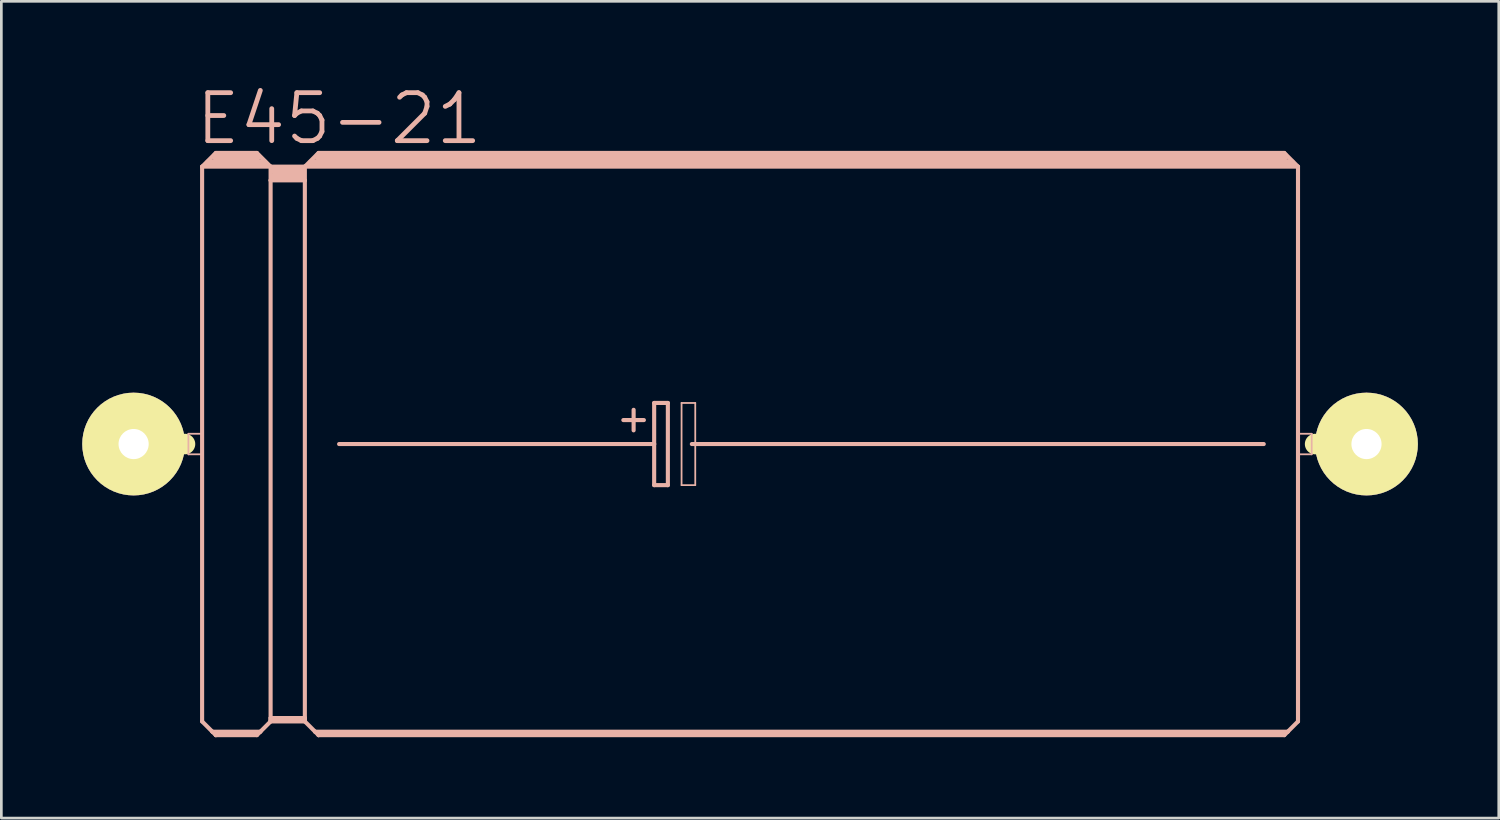
<source format=kicad_pcb>
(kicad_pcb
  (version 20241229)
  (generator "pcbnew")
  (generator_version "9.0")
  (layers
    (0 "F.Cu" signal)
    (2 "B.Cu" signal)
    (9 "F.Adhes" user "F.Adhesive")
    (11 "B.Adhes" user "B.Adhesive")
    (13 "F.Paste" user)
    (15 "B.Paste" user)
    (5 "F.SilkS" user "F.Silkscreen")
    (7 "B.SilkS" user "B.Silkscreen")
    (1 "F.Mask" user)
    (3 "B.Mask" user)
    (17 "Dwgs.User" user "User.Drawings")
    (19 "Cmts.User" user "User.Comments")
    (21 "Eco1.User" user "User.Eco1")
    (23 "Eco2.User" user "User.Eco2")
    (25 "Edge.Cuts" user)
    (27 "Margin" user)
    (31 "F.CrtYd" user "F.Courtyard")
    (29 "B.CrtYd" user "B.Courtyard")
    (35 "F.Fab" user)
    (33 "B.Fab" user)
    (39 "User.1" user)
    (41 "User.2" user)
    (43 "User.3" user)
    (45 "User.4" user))
  (footprint "E45-21"
    (layer "F.Cu")
    (at 24.765 13.417)
    (property "Reference" "E45-21" (at -15.24 -12.065 0) (layer "B.SilkS") (effects (font (size 1.778 1.778) (thickness 0.178))))
    (attr exclude_from_pos_files exclude_from_bom)
    (fp_line (start -22.86 0) (end -20.955 0) (stroke (width 0.762) (type solid)) (layer "F.SilkS"))
    (fp_line (start 22.86 0) (end 20.955 0) (stroke (width 0.762) (type solid)) (layer "F.SilkS"))
    (fp_line (start -20.828 -0.381) (end -20.32 -0.381) (stroke (width 0.066) (type solid)) (layer "B.SilkS"))
    (fp_line (start -20.828 0.381) (end -20.828 -0.381) (stroke (width 0.066) (type solid)) (layer "B.SilkS"))
    (fp_line (start -20.828 0.381) (end -20.32 0.381) (stroke (width 0.066) (type solid)) (layer "B.SilkS"))
    (fp_line (start -20.32 -10.287) (end -20.32 10.287) (stroke (width 0.152) (type solid)) (layer "B.SilkS"))
    (fp_line (start -20.32 -10.287) (end -19.812 -10.795) (stroke (width 0.152) (type solid)) (layer "B.SilkS"))
    (fp_line (start -20.32 -10.287) (end -17.78 -10.287) (stroke (width 0.152) (type solid)) (layer "B.SilkS"))
    (fp_line (start -20.32 0.381) (end -20.32 -0.381) (stroke (width 0.066) (type solid)) (layer "B.SilkS"))
    (fp_line (start -20.32 10.287) (end -19.939 10.668) (stroke (width 0.152) (type solid)) (layer "B.SilkS"))
    (fp_line (start -20.066 -10.414) (end -18.034 -10.414) (stroke (width 0.305) (type solid)) (layer "B.SilkS"))
    (fp_line (start -19.939 10.668) (end -19.812 10.795) (stroke (width 0.152) (type solid)) (layer "B.SilkS"))
    (fp_line (start -19.939 10.668) (end -18.161 10.668) (stroke (width 0.152) (type solid)) (layer "B.SilkS"))
    (fp_line (start -19.812 -10.795) (end -18.288 -10.795) (stroke (width 0.152) (type solid)) (layer "B.SilkS"))
    (fp_line (start -19.812 -10.668) (end -18.288 -10.668) (stroke (width 0.305) (type solid)) (layer "B.SilkS"))
    (fp_line (start -19.812 10.744) (end -18.288 10.744) (stroke (width 0.152) (type solid)) (layer "B.SilkS"))
    (fp_line (start -19.812 10.795) (end -19.812 10.744) (stroke (width 0.152) (type solid)) (layer "B.SilkS"))
    (fp_line (start -19.812 10.795) (end -18.288 10.795) (stroke (width 0.152) (type solid)) (layer "B.SilkS"))
    (fp_line (start -18.288 -10.795) (end -17.78 -10.287) (stroke (width 0.152) (type solid)) (layer "B.SilkS"))
    (fp_line (start -18.288 10.795) (end -18.161 10.668) (stroke (width 0.152) (type solid)) (layer "B.SilkS"))
    (fp_line (start -18.161 10.668) (end -17.78 10.287) (stroke (width 0.152) (type solid)) (layer "B.SilkS"))
    (fp_line (start -17.78 -10.287) (end -16.51 -10.287) (stroke (width 0.152) (type solid)) (layer "B.SilkS"))
    (fp_line (start -17.78 -9.779) (end -17.78 -10.287) (stroke (width 0.152) (type solid)) (layer "B.SilkS"))
    (fp_line (start -17.78 -9.779) (end -16.51 -9.779) (stroke (width 0.152) (type solid)) (layer "B.SilkS"))
    (fp_line (start -17.78 10.16) (end -17.78 -9.779) (stroke (width 0.152) (type solid)) (layer "B.SilkS"))
    (fp_line (start -17.78 10.16) (end -16.51 10.16) (stroke (width 0.152) (type solid)) (layer "B.SilkS"))
    (fp_line (start -17.78 10.236) (end -17.78 10.16) (stroke (width 0.152) (type solid)) (layer "B.SilkS"))
    (fp_line (start -17.78 10.236) (end -16.51 10.236) (stroke (width 0.152) (type solid)) (layer "B.SilkS"))
    (fp_line (start -17.78 10.287) (end -17.78 10.236) (stroke (width 0.152) (type solid)) (layer "B.SilkS"))
    (fp_line (start -17.78 10.287) (end -16.51 10.287) (stroke (width 0.152) (type solid)) (layer "B.SilkS"))
    (fp_line (start -17.65 -10.16) (end -16.637 -10.16) (stroke (width 0.305) (type solid)) (layer "B.SilkS"))
    (fp_line (start -17.65 -9.906) (end -16.637 -9.906) (stroke (width 0.305) (type solid)) (layer "B.SilkS"))
    (fp_line (start -16.51 -10.287) (end -16.002 -10.795) (stroke (width 0.152) (type solid)) (layer "B.SilkS"))
    (fp_line (start -16.51 -10.287) (end 20.32 -10.287) (stroke (width 0.152) (type solid)) (layer "B.SilkS"))
    (fp_line (start -16.51 -9.779) (end -16.51 -10.287) (stroke (width 0.152) (type solid)) (layer "B.SilkS"))
    (fp_line (start -16.51 10.16) (end -16.51 -9.779) (stroke (width 0.152) (type solid)) (layer "B.SilkS"))
    (fp_line (start -16.51 10.236) (end -16.51 10.16) (stroke (width 0.152) (type solid)) (layer "B.SilkS"))
    (fp_line (start -16.51 10.287) (end -16.51 10.236) (stroke (width 0.152) (type solid)) (layer "B.SilkS"))
    (fp_line (start -16.51 10.287) (end -16.129 10.668) (stroke (width 0.152) (type solid)) (layer "B.SilkS"))
    (fp_line (start -16.256 -10.414) (end 20.066 -10.414) (stroke (width 0.305) (type solid)) (layer "B.SilkS"))
    (fp_line (start -16.129 10.668) (end -16.002 10.795) (stroke (width 0.152) (type solid)) (layer "B.SilkS"))
    (fp_line (start -16.129 10.668) (end 19.939 10.668) (stroke (width 0.152) (type solid)) (layer "B.SilkS"))
    (fp_line (start -16.002 -10.795) (end 19.812 -10.795) (stroke (width 0.152) (type solid)) (layer "B.SilkS"))
    (fp_line (start -16.002 -10.668) (end 19.812 -10.668) (stroke (width 0.305) (type solid)) (layer "B.SilkS"))
    (fp_line (start -16.002 10.744) (end 19.812 10.744) (stroke (width 0.152) (type solid)) (layer "B.SilkS"))
    (fp_line (start -16.002 10.795) (end -16.002 10.744) (stroke (width 0.152) (type solid)) (layer "B.SilkS"))
    (fp_line (start -16.002 10.795) (end 19.812 10.795) (stroke (width 0.152) (type solid)) (layer "B.SilkS"))
    (fp_line (start -15.24 0) (end -3.556 0) (stroke (width 0.152) (type solid)) (layer "B.SilkS"))
    (fp_line (start -4.699 -0.889) (end -3.937 -0.889) (stroke (width 0.152) (type solid)) (layer "B.SilkS"))
    (fp_line (start -4.318 -1.27) (end -4.318 -0.508) (stroke (width 0.152) (type solid)) (layer "B.SilkS"))
    (fp_line (start -3.556 -1.524) (end -3.556 0) (stroke (width 0.152) (type solid)) (layer "B.SilkS"))
    (fp_line (start -3.556 0) (end -3.556 1.524) (stroke (width 0.152) (type solid)) (layer "B.SilkS"))
    (fp_line (start -3.556 1.524) (end -3.048 1.524) (stroke (width 0.152) (type solid)) (layer "B.SilkS"))
    (fp_line (start -3.048 -1.524) (end -3.556 -1.524) (stroke (width 0.152) (type solid)) (layer "B.SilkS"))
    (fp_line (start -3.048 1.524) (end -3.048 -1.524) (stroke (width 0.152) (type solid)) (layer "B.SilkS"))
    (fp_line (start -2.54 -1.524) (end -2.032 -1.524) (stroke (width 0.066) (type solid)) (layer "B.SilkS"))
    (fp_line (start -2.54 1.524) (end -2.54 -1.524) (stroke (width 0.066) (type solid)) (layer "B.SilkS"))
    (fp_line (start -2.54 1.524) (end -2.032 1.524) (stroke (width 0.066) (type solid)) (layer "B.SilkS"))
    (fp_line (start -2.159 0) (end 19.05 0) (stroke (width 0.152) (type solid)) (layer "B.SilkS"))
    (fp_line (start -2.032 1.524) (end -2.032 -1.524) (stroke (width 0.066) (type solid)) (layer "B.SilkS"))
    (fp_line (start 19.812 -10.795) (end 20.32 -10.287) (stroke (width 0.152) (type solid)) (layer "B.SilkS"))
    (fp_line (start 19.812 10.795) (end 19.939 10.668) (stroke (width 0.152) (type solid)) (layer "B.SilkS"))
    (fp_line (start 19.939 10.668) (end 20.32 10.287) (stroke (width 0.152) (type solid)) (layer "B.SilkS"))
    (fp_line (start 20.32 -10.287) (end 20.32 10.287) (stroke (width 0.152) (type solid)) (layer "B.SilkS"))
    (fp_line (start 20.32 -0.381) (end 20.828 -0.381) (stroke (width 0.066) (type solid)) (layer "B.SilkS"))
    (fp_line (start 20.32 0.381) (end 20.32 -0.381) (stroke (width 0.066) (type solid)) (layer "B.SilkS"))
    (fp_line (start 20.32 0.381) (end 20.828 0.381) (stroke (width 0.066) (type solid)) (layer "B.SilkS"))
    (fp_line (start 20.828 0.381) (end 20.828 -0.381) (stroke (width 0.066) (type solid)) (layer "B.SilkS"))
    (pad "+" thru_hole circle (at -22.86 0) (size 3.81 3.81) (drill 1.118) (layers "*.Cu" "F.Mask" "F.SilkS" "F.Paste"))
    (pad "-" thru_hole circle (at 22.86 0) (size 3.81 3.81) (drill 1.118) (layers "*.Cu" "F.Mask" "F.SilkS" "F.Paste")))
  (gr_rect
    (start -3 -3)
    (end 52.53 27.288)
    (stroke (width 0.1) (type default))
    (fill no)
    (layer "Edge.Cuts")))
</source>
